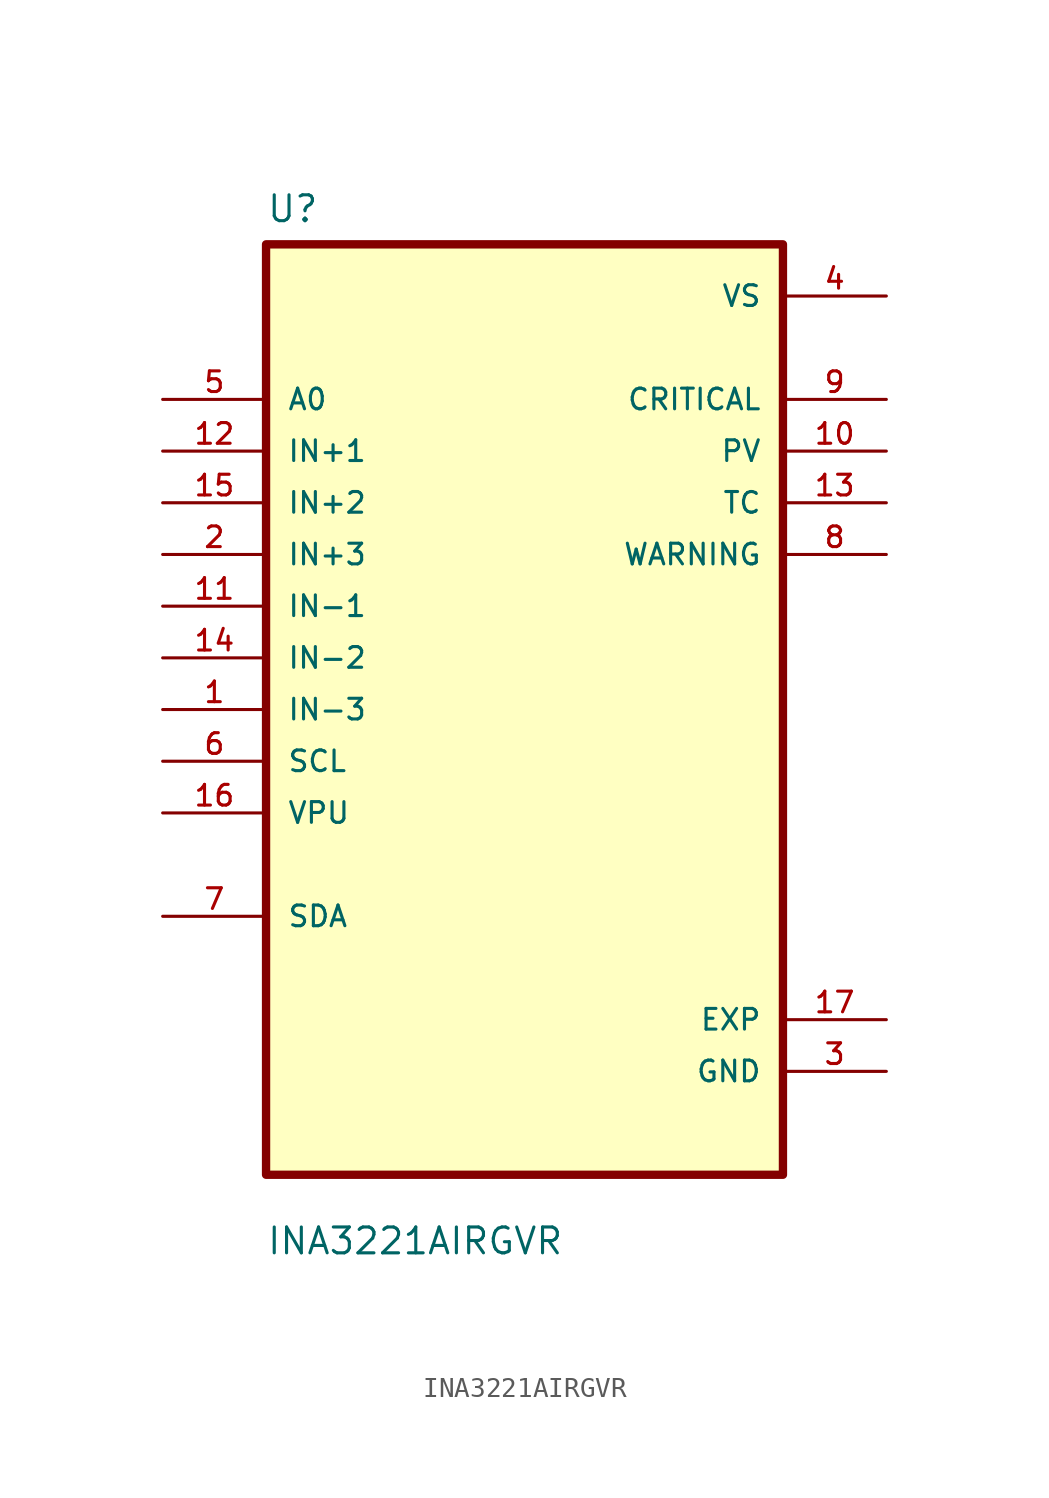
<source format=kicad_sym>
(kicad_symbol_lib
  (version 20211014)
  (generator kicad_symbol_editor)
  (symbol "INA3221AIRGVR"
    (pin_names
      (offset 1.016))
    (property "Reference" "U"
      (at -12.7 23.86 0.0)
      (effects (font (size 1.27 1.27)) (justify bottom left)))
    (property "Value" "INA3221AIRGVR"
      (at -12.7 -26.86 0.0)
      (effects (font (size 1.27 1.27)) (justify bottom left)))
    (symbol "INA3221AIRGVR_0_0"
      (rectangle (start -12.7 -22.86) (end 12.7 22.86) (stroke (width 0.41)) (fill (type background)))
      (pin input line (at -17.78 15.24 0) (length 5.08) (name "A0" (effects (font (size 1.016 1.016)))) (number "5" (effects (font (size 1.016 1.016)))))
      (pin input line (at -17.78 12.7 0) (length 5.08) (name "IN+1" (effects (font (size 1.016 1.016)))) (number "12" (effects (font (size 1.016 1.016)))))
      (pin input line (at -17.78 10.16 0) (length 5.08) (name "IN+2" (effects (font (size 1.016 1.016)))) (number "15" (effects (font (size 1.016 1.016)))))
      (pin input line (at -17.78 7.62 0) (length 5.08) (name "IN+3" (effects (font (size 1.016 1.016)))) (number "2" (effects (font (size 1.016 1.016)))))
      (pin input line (at -17.78 5.08 0) (length 5.08) (name "IN-1" (effects (font (size 1.016 1.016)))) (number "11" (effects (font (size 1.016 1.016)))))
      (pin input line (at -17.78 2.54 0) (length 5.08) (name "IN-2" (effects (font (size 1.016 1.016)))) (number "14" (effects (font (size 1.016 1.016)))))
      (pin input line (at -17.78 3.55271e-15 0) (length 5.08) (name "IN-3" (effects (font (size 1.016 1.016)))) (number "1" (effects (font (size 1.016 1.016)))))
      (pin input line (at -17.78 -2.54 0) (length 5.08) (name "SCL" (effects (font (size 1.016 1.016)))) (number "6" (effects (font (size 1.016 1.016)))))
      (pin input line (at -17.78 -5.08 0) (length 5.08) (name "VPU" (effects (font (size 1.016 1.016)))) (number "16" (effects (font (size 1.016 1.016)))))
      (pin bidirectional line (at -17.78 -10.16 0) (length 5.08) (name "SDA" (effects (font (size 1.016 1.016)))) (number "7" (effects (font (size 1.016 1.016)))))
      (pin power_in line (at 17.78 20.32 180.0) (length 5.08) (name "VS" (effects (font (size 1.016 1.016)))) (number "4" (effects (font (size 1.016 1.016)))))
      (pin output line (at 17.78 15.24 180.0) (length 5.08) (name "CRITICAL" (effects (font (size 1.016 1.016)))) (number "9" (effects (font (size 1.016 1.016)))))
      (pin output line (at 17.78 12.7 180.0) (length 5.08) (name "PV" (effects (font (size 1.016 1.016)))) (number "10" (effects (font (size 1.016 1.016)))))
      (pin output line (at 17.78 10.16 180.0) (length 5.08) (name "TC" (effects (font (size 1.016 1.016)))) (number "13" (effects (font (size 1.016 1.016)))))
      (pin output line (at 17.78 7.62 180.0) (length 5.08) (name "WARNING" (effects (font (size 1.016 1.016)))) (number "8" (effects (font (size 1.016 1.016)))))
      (pin power_in line (at 17.78 -15.24 180.0) (length 5.08) (name "EXP" (effects (font (size 1.016 1.016)))) (number "17" (effects (font (size 1.016 1.016)))))
      (pin power_in line (at 17.78 -17.78 180.0) (length 5.08) (name "GND" (effects (font (size 1.016 1.016)))) (number "3" (effects (font (size 1.016 1.016))))))))
</source>
